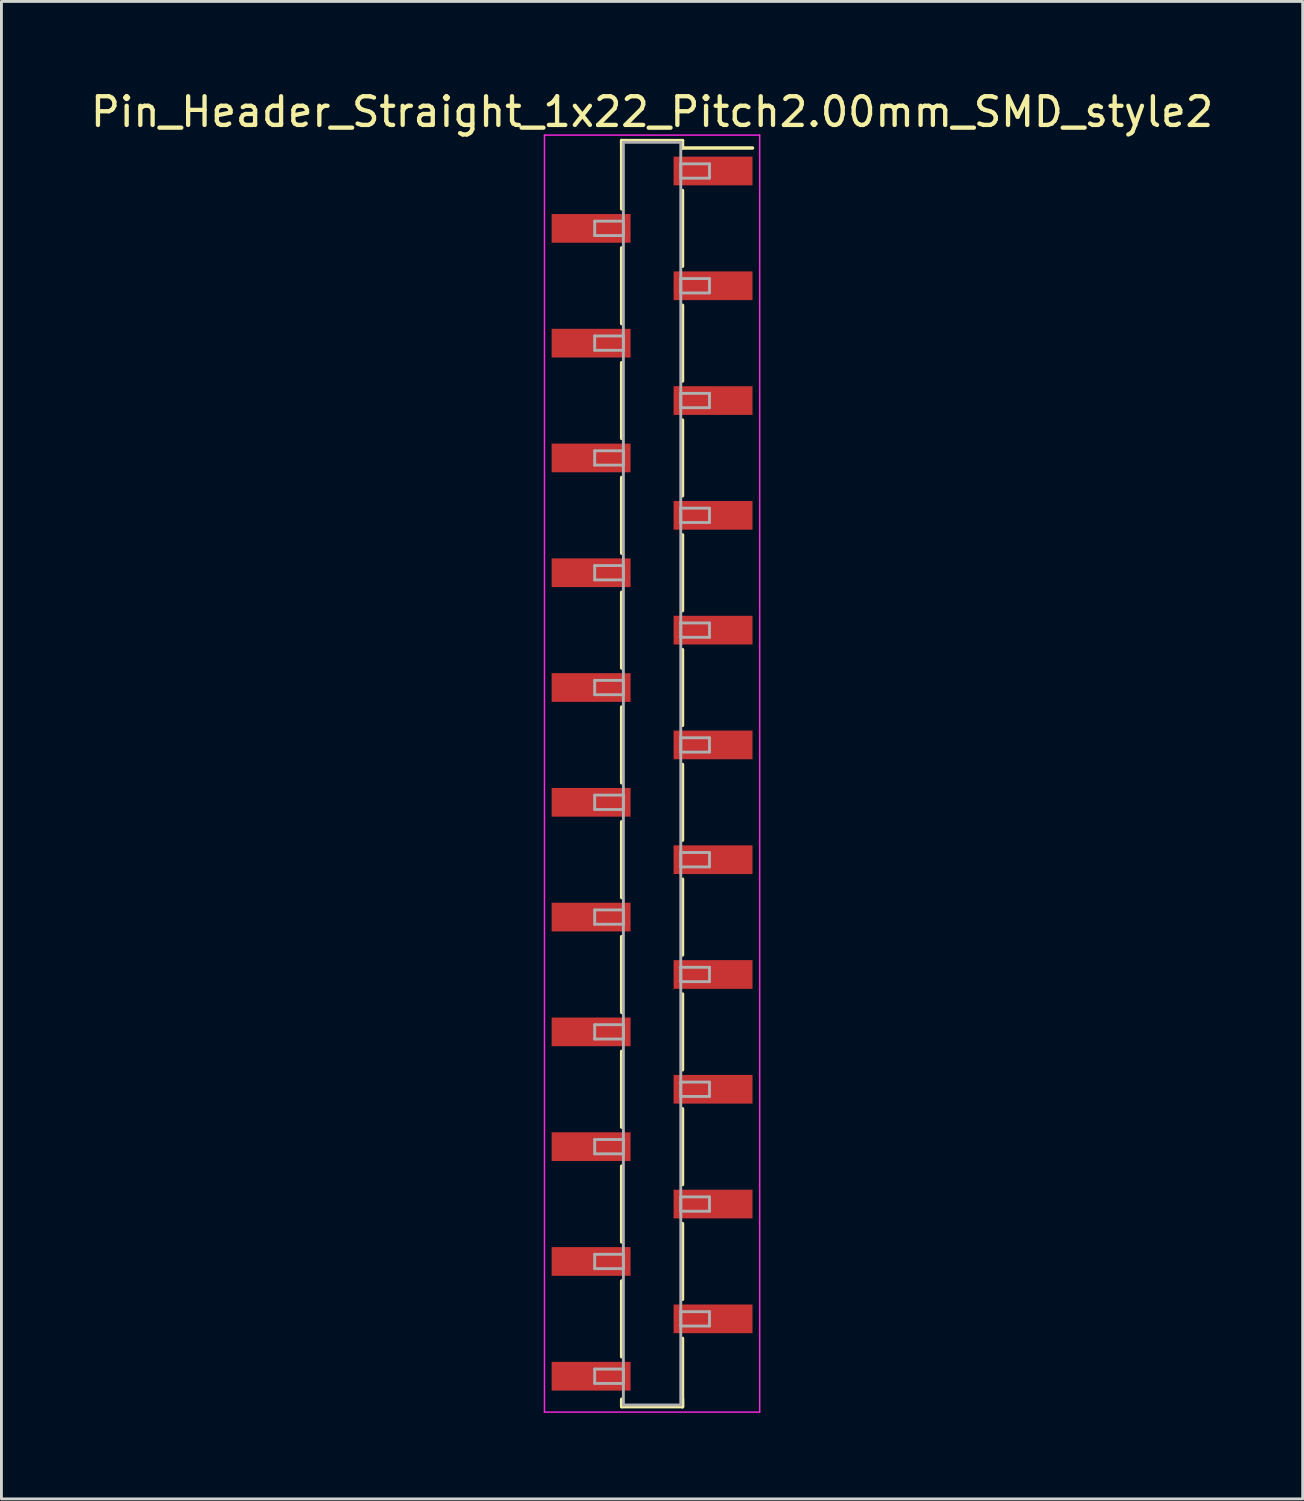
<source format=kicad_pcb>
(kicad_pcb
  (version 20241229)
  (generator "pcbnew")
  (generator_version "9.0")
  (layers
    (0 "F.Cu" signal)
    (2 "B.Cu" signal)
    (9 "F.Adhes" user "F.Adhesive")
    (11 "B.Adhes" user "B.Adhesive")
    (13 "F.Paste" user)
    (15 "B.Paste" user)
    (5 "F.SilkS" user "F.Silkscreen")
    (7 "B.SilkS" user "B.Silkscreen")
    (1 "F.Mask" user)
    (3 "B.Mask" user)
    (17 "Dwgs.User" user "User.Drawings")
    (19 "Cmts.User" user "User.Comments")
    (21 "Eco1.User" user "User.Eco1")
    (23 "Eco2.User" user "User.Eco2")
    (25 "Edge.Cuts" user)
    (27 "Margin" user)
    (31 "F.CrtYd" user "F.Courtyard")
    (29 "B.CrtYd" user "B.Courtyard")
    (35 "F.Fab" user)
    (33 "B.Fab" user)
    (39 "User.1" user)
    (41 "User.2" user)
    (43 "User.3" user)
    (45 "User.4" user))
  (footprint "Pin_Header_Straight_1x22_Pitch2.00mm_SMD_style2"
    (layer "F.Cu")
    (at 19.673 23.908)
    (property "Reference" "Pin_Header_Straight_1x22_Pitch2.00mm_SMD_style2" (at 0 -23.06 0) (layer "F.SilkS") (effects (font (size 1 1) (thickness 0.15))))
    (attr smd)
    (fp_line (start -1.06 -22.06) (end -1.06 -19.68) (stroke (width 0.12) (type solid)) (layer "F.SilkS"))
    (fp_line (start -1.06 -22.06) (end 1.06 -22.06) (stroke (width 0.12) (type solid)) (layer "F.SilkS"))
    (fp_line (start -1.06 -21.8) (end -1.06 -22.06) (stroke (width 0.12) (type solid)) (layer "F.SilkS"))
    (fp_line (start -1.06 -18.32) (end -1.06 -15.68) (stroke (width 0.12) (type solid)) (layer "F.SilkS"))
    (fp_line (start -1.06 -14.32) (end -1.06 -11.68) (stroke (width 0.12) (type solid)) (layer "F.SilkS"))
    (fp_line (start -1.06 -10.32) (end -1.06 -7.68) (stroke (width 0.12) (type solid)) (layer "F.SilkS"))
    (fp_line (start -1.06 -6.32) (end -1.06 -3.68) (stroke (width 0.12) (type solid)) (layer "F.SilkS"))
    (fp_line (start -1.06 -2.32) (end -1.06 0.32) (stroke (width 0.12) (type solid)) (layer "F.SilkS"))
    (fp_line (start -1.06 1.68) (end -1.06 4.32) (stroke (width 0.12) (type solid)) (layer "F.SilkS"))
    (fp_line (start -1.06 5.68) (end -1.06 8.32) (stroke (width 0.12) (type solid)) (layer "F.SilkS"))
    (fp_line (start -1.06 9.68) (end -1.06 12.32) (stroke (width 0.12) (type solid)) (layer "F.SilkS"))
    (fp_line (start -1.06 13.68) (end -1.06 16.32) (stroke (width 0.12) (type solid)) (layer "F.SilkS"))
    (fp_line (start -1.06 17.68) (end -1.06 20.32) (stroke (width 0.12) (type solid)) (layer "F.SilkS"))
    (fp_line (start -1.06 21.8) (end -1.06 22.06) (stroke (width 0.12) (type solid)) (layer "F.SilkS"))
    (fp_line (start -1.06 22.06) (end 1.06 22.06) (stroke (width 0.12) (type solid)) (layer "F.SilkS"))
    (fp_line (start 1.06 -22.06) (end 1.06 -21.8) (stroke (width 0.12) (type solid)) (layer "F.SilkS"))
    (fp_line (start 1.06 -21.8) (end 3.5 -21.8) (stroke (width 0.12) (type solid)) (layer "F.SilkS"))
    (fp_line (start 1.06 -20.32) (end 1.06 -17.68) (stroke (width 0.12) (type solid)) (layer "F.SilkS"))
    (fp_line (start 1.06 -16.32) (end 1.06 -13.68) (stroke (width 0.12) (type solid)) (layer "F.SilkS"))
    (fp_line (start 1.06 -12.32) (end 1.06 -9.68) (stroke (width 0.12) (type solid)) (layer "F.SilkS"))
    (fp_line (start 1.06 -8.32) (end 1.06 -5.68) (stroke (width 0.12) (type solid)) (layer "F.SilkS"))
    (fp_line (start 1.06 -4.32) (end 1.06 -1.68) (stroke (width 0.12) (type solid)) (layer "F.SilkS"))
    (fp_line (start 1.06 -0.32) (end 1.06 2.32) (stroke (width 0.12) (type solid)) (layer "F.SilkS"))
    (fp_line (start 1.06 3.68) (end 1.06 6.32) (stroke (width 0.12) (type solid)) (layer "F.SilkS"))
    (fp_line (start 1.06 7.68) (end 1.06 10.32) (stroke (width 0.12) (type solid)) (layer "F.SilkS"))
    (fp_line (start 1.06 11.68) (end 1.06 14.32) (stroke (width 0.12) (type solid)) (layer "F.SilkS"))
    (fp_line (start 1.06 15.68) (end 1.06 18.32) (stroke (width 0.12) (type solid)) (layer "F.SilkS"))
    (fp_line (start 1.06 19.68) (end 1.06 22.06) (stroke (width 0.12) (type solid)) (layer "F.SilkS"))
    (fp_line (start 1.06 22.06) (end 1.06 21.8) (stroke (width 0.12) (type solid)) (layer "F.SilkS"))
    (fp_line (start -3.75 -22.25) (end -3.75 22.25) (stroke (width 0.05) (type solid)) (layer "F.CrtYd"))
    (fp_line (start -3.75 22.25) (end 3.75 22.25) (stroke (width 0.05) (type solid)) (layer "F.CrtYd"))
    (fp_line (start 3.75 -22.25) (end -3.75 -22.25) (stroke (width 0.05) (type solid)) (layer "F.CrtYd"))
    (fp_line (start 3.75 22.25) (end 3.75 -22.25) (stroke (width 0.05) (type solid)) (layer "F.CrtYd"))
    (fp_line (start -2 -19.25) (end -1 -19.25) (stroke (width 0.1) (type solid)) (layer "F.Fab"))
    (fp_line (start -2 -18.75) (end -2 -19.25) (stroke (width 0.1) (type solid)) (layer "F.Fab"))
    (fp_line (start -2 -15.25) (end -1 -15.25) (stroke (width 0.1) (type solid)) (layer "F.Fab"))
    (fp_line (start -2 -14.75) (end -2 -15.25) (stroke (width 0.1) (type solid)) (layer "F.Fab"))
    (fp_line (start -2 -11.25) (end -1 -11.25) (stroke (width 0.1) (type solid)) (layer "F.Fab"))
    (fp_line (start -2 -10.75) (end -2 -11.25) (stroke (width 0.1) (type solid)) (layer "F.Fab"))
    (fp_line (start -2 -7.25) (end -1 -7.25) (stroke (width 0.1) (type solid)) (layer "F.Fab"))
    (fp_line (start -2 -6.75) (end -2 -7.25) (stroke (width 0.1) (type solid)) (layer "F.Fab"))
    (fp_line (start -2 -3.25) (end -1 -3.25) (stroke (width 0.1) (type solid)) (layer "F.Fab"))
    (fp_line (start -2 -2.75) (end -2 -3.25) (stroke (width 0.1) (type solid)) (layer "F.Fab"))
    (fp_line (start -2 0.75) (end -1 0.75) (stroke (width 0.1) (type solid)) (layer "F.Fab"))
    (fp_line (start -2 1.25) (end -2 0.75) (stroke (width 0.1) (type solid)) (layer "F.Fab"))
    (fp_line (start -2 4.75) (end -1 4.75) (stroke (width 0.1) (type solid)) (layer "F.Fab"))
    (fp_line (start -2 5.25) (end -2 4.75) (stroke (width 0.1) (type solid)) (layer "F.Fab"))
    (fp_line (start -2 8.75) (end -1 8.75) (stroke (width 0.1) (type solid)) (layer "F.Fab"))
    (fp_line (start -2 9.25) (end -2 8.75) (stroke (width 0.1) (type solid)) (layer "F.Fab"))
    (fp_line (start -2 12.75) (end -1 12.75) (stroke (width 0.1) (type solid)) (layer "F.Fab"))
    (fp_line (start -2 13.25) (end -2 12.75) (stroke (width 0.1) (type solid)) (layer "F.Fab"))
    (fp_line (start -2 16.75) (end -1 16.75) (stroke (width 0.1) (type solid)) (layer "F.Fab"))
    (fp_line (start -2 17.25) (end -2 16.75) (stroke (width 0.1) (type solid)) (layer "F.Fab"))
    (fp_line (start -2 20.75) (end -1 20.75) (stroke (width 0.1) (type solid)) (layer "F.Fab"))
    (fp_line (start -2 21.25) (end -2 20.75) (stroke (width 0.1) (type solid)) (layer "F.Fab"))
    (fp_line (start -1 -22) (end -1 22) (stroke (width 0.1) (type solid)) (layer "F.Fab"))
    (fp_line (start -1 -19.25) (end -1 -18.75) (stroke (width 0.1) (type solid)) (layer "F.Fab"))
    (fp_line (start -1 -18.75) (end -2 -18.75) (stroke (width 0.1) (type solid)) (layer "F.Fab"))
    (fp_line (start -1 -15.25) (end -1 -14.75) (stroke (width 0.1) (type solid)) (layer "F.Fab"))
    (fp_line (start -1 -14.75) (end -2 -14.75) (stroke (width 0.1) (type solid)) (layer "F.Fab"))
    (fp_line (start -1 -11.25) (end -1 -10.75) (stroke (width 0.1) (type solid)) (layer "F.Fab"))
    (fp_line (start -1 -10.75) (end -2 -10.75) (stroke (width 0.1) (type solid)) (layer "F.Fab"))
    (fp_line (start -1 -7.25) (end -1 -6.75) (stroke (width 0.1) (type solid)) (layer "F.Fab"))
    (fp_line (start -1 -6.75) (end -2 -6.75) (stroke (width 0.1) (type solid)) (layer "F.Fab"))
    (fp_line (start -1 -3.25) (end -1 -2.75) (stroke (width 0.1) (type solid)) (layer "F.Fab"))
    (fp_line (start -1 -2.75) (end -2 -2.75) (stroke (width 0.1) (type solid)) (layer "F.Fab"))
    (fp_line (start -1 0.75) (end -1 1.25) (stroke (width 0.1) (type solid)) (layer "F.Fab"))
    (fp_line (start -1 1.25) (end -2 1.25) (stroke (width 0.1) (type solid)) (layer "F.Fab"))
    (fp_line (start -1 4.75) (end -1 5.25) (stroke (width 0.1) (type solid)) (layer "F.Fab"))
    (fp_line (start -1 5.25) (end -2 5.25) (stroke (width 0.1) (type solid)) (layer "F.Fab"))
    (fp_line (start -1 8.75) (end -1 9.25) (stroke (width 0.1) (type solid)) (layer "F.Fab"))
    (fp_line (start -1 9.25) (end -2 9.25) (stroke (width 0.1) (type solid)) (layer "F.Fab"))
    (fp_line (start -1 12.75) (end -1 13.25) (stroke (width 0.1) (type solid)) (layer "F.Fab"))
    (fp_line (start -1 13.25) (end -2 13.25) (stroke (width 0.1) (type solid)) (layer "F.Fab"))
    (fp_line (start -1 16.75) (end -1 17.25) (stroke (width 0.1) (type solid)) (layer "F.Fab"))
    (fp_line (start -1 17.25) (end -2 17.25) (stroke (width 0.1) (type solid)) (layer "F.Fab"))
    (fp_line (start -1 20.75) (end -1 21.25) (stroke (width 0.1) (type solid)) (layer "F.Fab"))
    (fp_line (start -1 21.25) (end -2 21.25) (stroke (width 0.1) (type solid)) (layer "F.Fab"))
    (fp_line (start -1 22) (end 1 22) (stroke (width 0.1) (type solid)) (layer "F.Fab"))
    (fp_line (start 1 -22) (end -1 -22) (stroke (width 0.1) (type solid)) (layer "F.Fab"))
    (fp_line (start 1 -21.25) (end 1 -20.75) (stroke (width 0.1) (type solid)) (layer "F.Fab"))
    (fp_line (start 1 -20.75) (end 2 -20.75) (stroke (width 0.1) (type solid)) (layer "F.Fab"))
    (fp_line (start 1 -17.25) (end 1 -16.75) (stroke (width 0.1) (type solid)) (layer "F.Fab"))
    (fp_line (start 1 -16.75) (end 2 -16.75) (stroke (width 0.1) (type solid)) (layer "F.Fab"))
    (fp_line (start 1 -13.25) (end 1 -12.75) (stroke (width 0.1) (type solid)) (layer "F.Fab"))
    (fp_line (start 1 -12.75) (end 2 -12.75) (stroke (width 0.1) (type solid)) (layer "F.Fab"))
    (fp_line (start 1 -9.25) (end 1 -8.75) (stroke (width 0.1) (type solid)) (layer "F.Fab"))
    (fp_line (start 1 -8.75) (end 2 -8.75) (stroke (width 0.1) (type solid)) (layer "F.Fab"))
    (fp_line (start 1 -5.25) (end 1 -4.75) (stroke (width 0.1) (type solid)) (layer "F.Fab"))
    (fp_line (start 1 -4.75) (end 2 -4.75) (stroke (width 0.1) (type solid)) (layer "F.Fab"))
    (fp_line (start 1 -1.25) (end 1 -0.75) (stroke (width 0.1) (type solid)) (layer "F.Fab"))
    (fp_line (start 1 -0.75) (end 2 -0.75) (stroke (width 0.1) (type solid)) (layer "F.Fab"))
    (fp_line (start 1 2.75) (end 1 3.25) (stroke (width 0.1) (type solid)) (layer "F.Fab"))
    (fp_line (start 1 3.25) (end 2 3.25) (stroke (width 0.1) (type solid)) (layer "F.Fab"))
    (fp_line (start 1 6.75) (end 1 7.25) (stroke (width 0.1) (type solid)) (layer "F.Fab"))
    (fp_line (start 1 7.25) (end 2 7.25) (stroke (width 0.1) (type solid)) (layer "F.Fab"))
    (fp_line (start 1 10.75) (end 1 11.25) (stroke (width 0.1) (type solid)) (layer "F.Fab"))
    (fp_line (start 1 11.25) (end 2 11.25) (stroke (width 0.1) (type solid)) (layer "F.Fab"))
    (fp_line (start 1 14.75) (end 1 15.25) (stroke (width 0.1) (type solid)) (layer "F.Fab"))
    (fp_line (start 1 15.25) (end 2 15.25) (stroke (width 0.1) (type solid)) (layer "F.Fab"))
    (fp_line (start 1 18.75) (end 1 19.25) (stroke (width 0.1) (type solid)) (layer "F.Fab"))
    (fp_line (start 1 19.25) (end 2 19.25) (stroke (width 0.1) (type solid)) (layer "F.Fab"))
    (fp_line (start 1 22) (end 1 -22) (stroke (width 0.1) (type solid)) (layer "F.Fab"))
    (fp_line (start 2 -21.25) (end 1 -21.25) (stroke (width 0.1) (type solid)) (layer "F.Fab"))
    (fp_line (start 2 -20.75) (end 2 -21.25) (stroke (width 0.1) (type solid)) (layer "F.Fab"))
    (fp_line (start 2 -17.25) (end 1 -17.25) (stroke (width 0.1) (type solid)) (layer "F.Fab"))
    (fp_line (start 2 -16.75) (end 2 -17.25) (stroke (width 0.1) (type solid)) (layer "F.Fab"))
    (fp_line (start 2 -13.25) (end 1 -13.25) (stroke (width 0.1) (type solid)) (layer "F.Fab"))
    (fp_line (start 2 -12.75) (end 2 -13.25) (stroke (width 0.1) (type solid)) (layer "F.Fab"))
    (fp_line (start 2 -9.25) (end 1 -9.25) (stroke (width 0.1) (type solid)) (layer "F.Fab"))
    (fp_line (start 2 -8.75) (end 2 -9.25) (stroke (width 0.1) (type solid)) (layer "F.Fab"))
    (fp_line (start 2 -5.25) (end 1 -5.25) (stroke (width 0.1) (type solid)) (layer "F.Fab"))
    (fp_line (start 2 -4.75) (end 2 -5.25) (stroke (width 0.1) (type solid)) (layer "F.Fab"))
    (fp_line (start 2 -1.25) (end 1 -1.25) (stroke (width 0.1) (type solid)) (layer "F.Fab"))
    (fp_line (start 2 -0.75) (end 2 -1.25) (stroke (width 0.1) (type solid)) (layer "F.Fab"))
    (fp_line (start 2 2.75) (end 1 2.75) (stroke (width 0.1) (type solid)) (layer "F.Fab"))
    (fp_line (start 2 3.25) (end 2 2.75) (stroke (width 0.1) (type solid)) (layer "F.Fab"))
    (fp_line (start 2 6.75) (end 1 6.75) (stroke (width 0.1) (type solid)) (layer "F.Fab"))
    (fp_line (start 2 7.25) (end 2 6.75) (stroke (width 0.1) (type solid)) (layer "F.Fab"))
    (fp_line (start 2 10.75) (end 1 10.75) (stroke (width 0.1) (type solid)) (layer "F.Fab"))
    (fp_line (start 2 11.25) (end 2 10.75) (stroke (width 0.1) (type solid)) (layer "F.Fab"))
    (fp_line (start 2 14.75) (end 1 14.75) (stroke (width 0.1) (type solid)) (layer "F.Fab"))
    (fp_line (start 2 15.25) (end 2 14.75) (stroke (width 0.1) (type solid)) (layer "F.Fab"))
    (fp_line (start 2 18.75) (end 1 18.75) (stroke (width 0.1) (type solid)) (layer "F.Fab"))
    (fp_line (start 2 19.25) (end 2 18.75) (stroke (width 0.1) (type solid)) (layer "F.Fab"))
    (pad "1" smd rect (at 2.125 -21) (size 2.75 1) (layers "F.Cu" "F.Mask"))
    (pad "2" smd rect (at -2.125 -19) (size 2.75 1) (layers "F.Cu" "F.Mask"))
    (pad "3" smd rect (at 2.125 -17) (size 2.75 1) (layers "F.Cu" "F.Mask"))
    (pad "4" smd rect (at -2.125 -15) (size 2.75 1) (layers "F.Cu" "F.Mask"))
    (pad "5" smd rect (at 2.125 -13) (size 2.75 1) (layers "F.Cu" "F.Mask"))
    (pad "6" smd rect (at -2.125 -11) (size 2.75 1) (layers "F.Cu" "F.Mask"))
    (pad "7" smd rect (at 2.125 -9) (size 2.75 1) (layers "F.Cu" "F.Mask"))
    (pad "8" smd rect (at -2.125 -7) (size 2.75 1) (layers "F.Cu" "F.Mask"))
    (pad "9" smd rect (at 2.125 -5) (size 2.75 1) (layers "F.Cu" "F.Mask"))
    (pad "10" smd rect (at -2.125 -3) (size 2.75 1) (layers "F.Cu" "F.Mask"))
    (pad "11" smd rect (at 2.125 -1) (size 2.75 1) (layers "F.Cu" "F.Mask"))
    (pad "12" smd rect (at -2.125 1) (size 2.75 1) (layers "F.Cu" "F.Mask"))
    (pad "13" smd rect (at 2.125 3) (size 2.75 1) (layers "F.Cu" "F.Mask"))
    (pad "14" smd rect (at -2.125 5) (size 2.75 1) (layers "F.Cu" "F.Mask"))
    (pad "15" smd rect (at 2.125 7) (size 2.75 1) (layers "F.Cu" "F.Mask"))
    (pad "16" smd rect (at -2.125 9) (size 2.75 1) (layers "F.Cu" "F.Mask"))
    (pad "17" smd rect (at 2.125 11) (size 2.75 1) (layers "F.Cu" "F.Mask"))
    (pad "18" smd rect (at -2.125 13) (size 2.75 1) (layers "F.Cu" "F.Mask"))
    (pad "19" smd rect (at 2.125 15) (size 2.75 1) (layers "F.Cu" "F.Mask"))
    (pad "20" smd rect (at -2.125 17) (size 2.75 1) (layers "F.Cu" "F.Mask"))
    (pad "21" smd rect (at 2.125 19) (size 2.75 1) (layers "F.Cu" "F.Mask"))
    (pad "22" smd rect (at -2.125 21) (size 2.75 1) (layers "F.Cu" "F.Mask")))
  (gr_rect
    (start -3 -3)
    (end 42.345 49.183)
    (stroke (width 0.1) (type default))
    (fill no)
    (layer "Edge.Cuts")))
</source>
